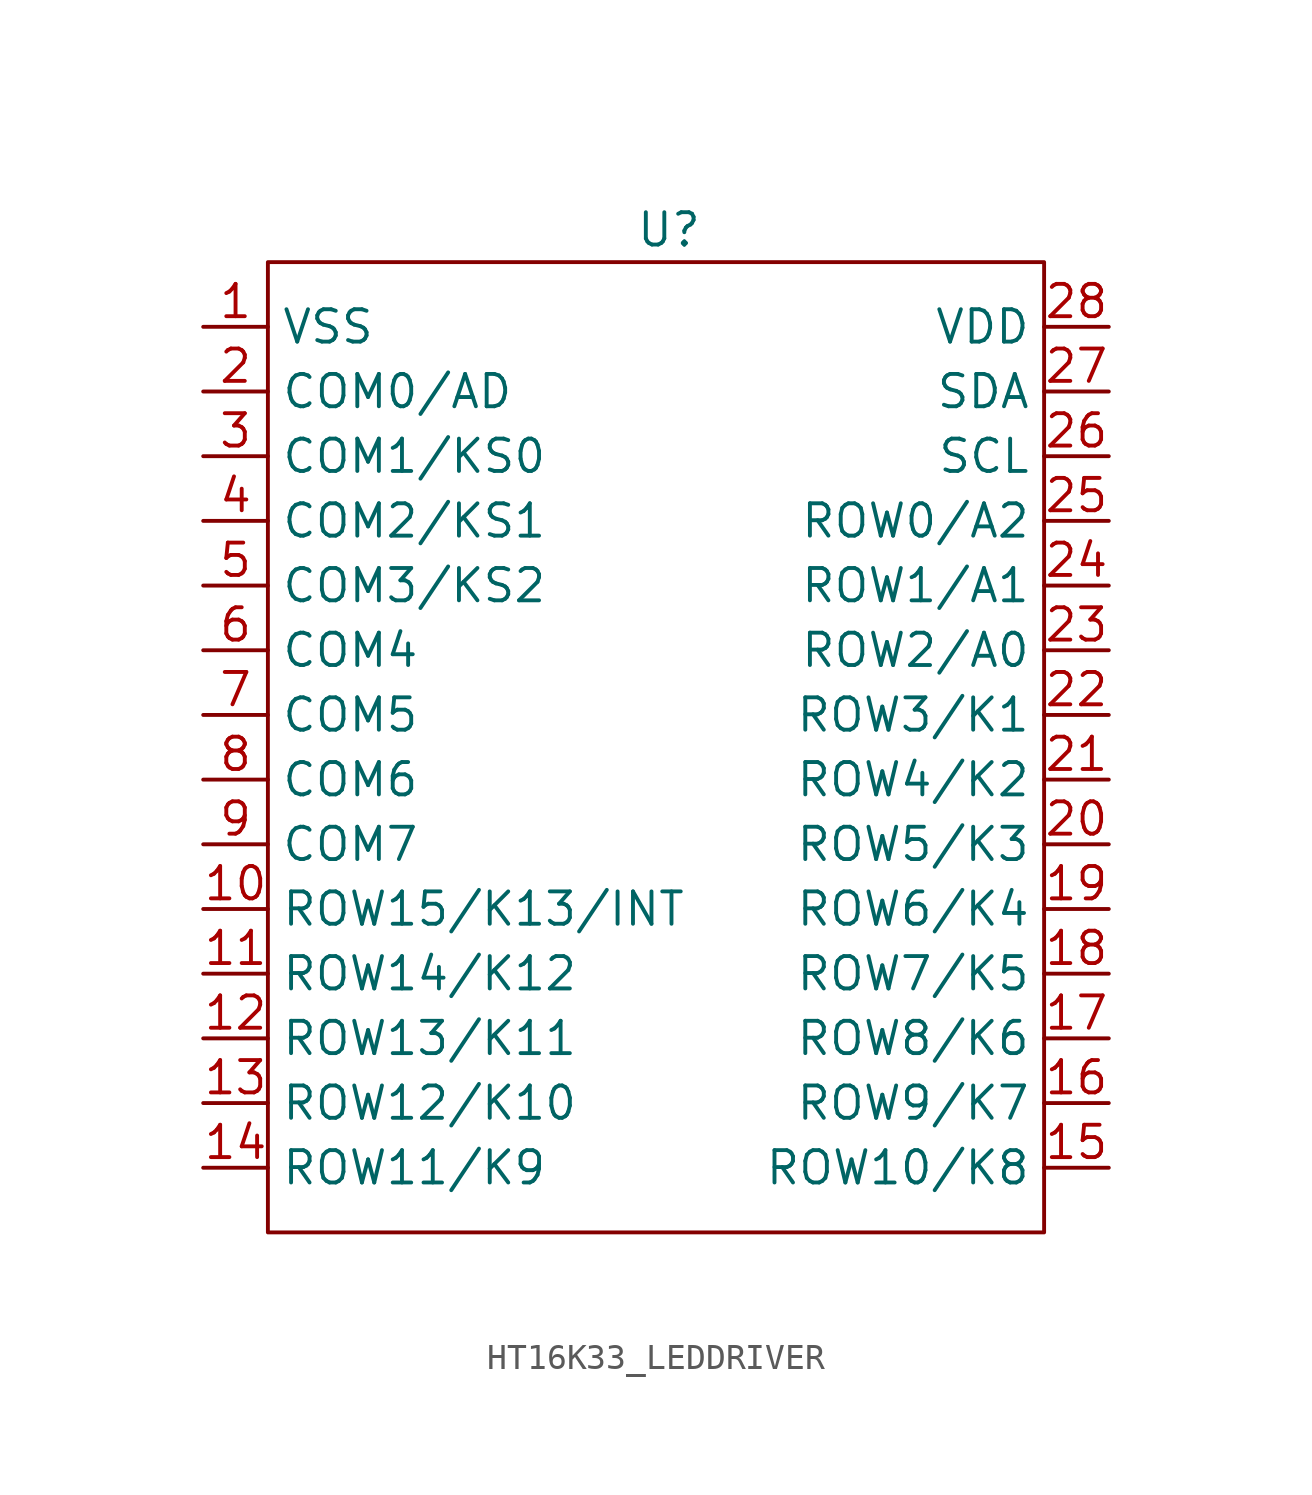
<source format=kicad_sym>
(kicad_symbol_lib
  (version 20231120)
  (generator "kicad_symbol_editor")
  (generator_version "8.0")
  (symbol "HT16K33_LEDDRIVER"
    (property "Reference" "U"
      (at 9.398 3.81 0)
      (effects (font (size 1.27 1.27))))
    (property "Value" ""
      (at 0 0 0)
      (effects (font (size 1.27 1.27))))
    (symbol "HT16K33_LEDDRIVER_0_1"
      (rectangle (start -6.35 2.54) (end 24.13 -35.56) (stroke (width 0) (type default)) (fill (type none))))
    (symbol "HT16K33_LEDDRIVER_1_1"
      (pin power_in line (at -8.89 0 0) (length 2.54) (name "VSS" (effects (font (size 1.27 1.27)))) (number "1" (effects (font (size 1.27 1.27)))))
      (pin bidirectional line (at -8.89 -22.86 0) (length 2.54) (name "ROW15/K13/INT" (effects (font (size 1.27 1.27)))) (number "10" (effects (font (size 1.27 1.27)))))
      (pin bidirectional line (at -8.89 -25.4 0) (length 2.54) (name "ROW14/K12" (effects (font (size 1.27 1.27)))) (number "11" (effects (font (size 1.27 1.27)))))
      (pin bidirectional line (at -8.89 -27.94 0) (length 2.54) (name "ROW13/K11" (effects (font (size 1.27 1.27)))) (number "12" (effects (font (size 1.27 1.27)))))
      (pin bidirectional line (at -8.89 -30.48 0) (length 2.54) (name "ROW12/K10" (effects (font (size 1.27 1.27)))) (number "13" (effects (font (size 1.27 1.27)))))
      (pin bidirectional line (at -8.89 -33.02 0) (length 2.54) (name "ROW11/K9" (effects (font (size 1.27 1.27)))) (number "14" (effects (font (size 1.27 1.27)))))
      (pin output line (at 26.67 -33.02 180) (length 2.54) (name "ROW10/K8" (effects (font (size 1.27 1.27)))) (number "15" (effects (font (size 1.27 1.27)))))
      (pin output line (at 26.67 -30.48 180) (length 2.54) (name "ROW9/K7" (effects (font (size 1.27 1.27)))) (number "16" (effects (font (size 1.27 1.27)))))
      (pin output line (at 26.67 -27.94 180) (length 2.54) (name "ROW8/K6" (effects (font (size 1.27 1.27)))) (number "17" (effects (font (size 1.27 1.27)))))
      (pin output line (at 26.67 -25.4 180) (length 2.54) (name "ROW7/K5" (effects (font (size 1.27 1.27)))) (number "18" (effects (font (size 1.27 1.27)))))
      (pin output line (at 26.67 -22.86 180) (length 2.54) (name "ROW6/K4" (effects (font (size 1.27 1.27)))) (number "19" (effects (font (size 1.27 1.27)))))
      (pin output line (at -8.89 -2.54 0) (length 2.54) (name "COM0/AD" (effects (font (size 1.27 1.27)))) (number "2" (effects (font (size 1.27 1.27)))))
      (pin output line (at 26.67 -20.32 180) (length 2.54) (name "ROW5/K3" (effects (font (size 1.27 1.27)))) (number "20" (effects (font (size 1.27 1.27)))))
      (pin output line (at 26.67 -17.78 180) (length 2.54) (name "ROW4/K2" (effects (font (size 1.27 1.27)))) (number "21" (effects (font (size 1.27 1.27)))))
      (pin output line (at 26.67 -15.24 180) (length 2.54) (name "ROW3/K1" (effects (font (size 1.27 1.27)))) (number "22" (effects (font (size 1.27 1.27)))))
      (pin output line (at 26.67 -12.7 180) (length 2.54) (name "ROW2/A0" (effects (font (size 1.27 1.27)))) (number "23" (effects (font (size 1.27 1.27)))))
      (pin output line (at 26.67 -10.16 180) (length 2.54) (name "ROW1/A1" (effects (font (size 1.27 1.27)))) (number "24" (effects (font (size 1.27 1.27)))))
      (pin output line (at 26.67 -7.62 180) (length 2.54) (name "ROW0/A2" (effects (font (size 1.27 1.27)))) (number "25" (effects (font (size 1.27 1.27)))))
      (pin input line (at 26.67 -5.08 180) (length 2.54) (name "SCL" (effects (font (size 1.27 1.27)))) (number "26" (effects (font (size 1.27 1.27)))))
      (pin bidirectional line (at 26.67 -2.54 180) (length 2.54) (name "SDA" (effects (font (size 1.27 1.27)))) (number "27" (effects (font (size 1.27 1.27)))))
      (pin power_in line (at 26.67 0 180) (length 2.54) (name "VDD" (effects (font (size 1.27 1.27)))) (number "28" (effects (font (size 1.27 1.27)))))
      (pin output line (at -8.89 -5.08 0) (length 2.54) (name "COM1/KS0" (effects (font (size 1.27 1.27)))) (number "3" (effects (font (size 1.27 1.27)))))
      (pin output line (at -8.89 -7.62 0) (length 2.54) (name "COM2/KS1" (effects (font (size 1.27 1.27)))) (number "4" (effects (font (size 1.27 1.27)))))
      (pin output line (at -8.89 -10.16 0) (length 2.54) (name "COM3/KS2" (effects (font (size 1.27 1.27)))) (number "5" (effects (font (size 1.27 1.27)))))
      (pin output line (at -8.89 -12.7 0) (length 2.54) (name "COM4" (effects (font (size 1.27 1.27)))) (number "6" (effects (font (size 1.27 1.27)))))
      (pin output line (at -8.89 -15.24 0) (length 2.54) (name "COM5" (effects (font (size 1.27 1.27)))) (number "7" (effects (font (size 1.27 1.27)))))
      (pin output line (at -8.89 -17.78 0) (length 2.54) (name "COM6" (effects (font (size 1.27 1.27)))) (number "8" (effects (font (size 1.27 1.27)))))
      (pin output line (at -8.89 -20.32 0) (length 2.54) (name "COM7" (effects (font (size 1.27 1.27)))) (number "9" (effects (font (size 1.27 1.27))))))))
</source>
